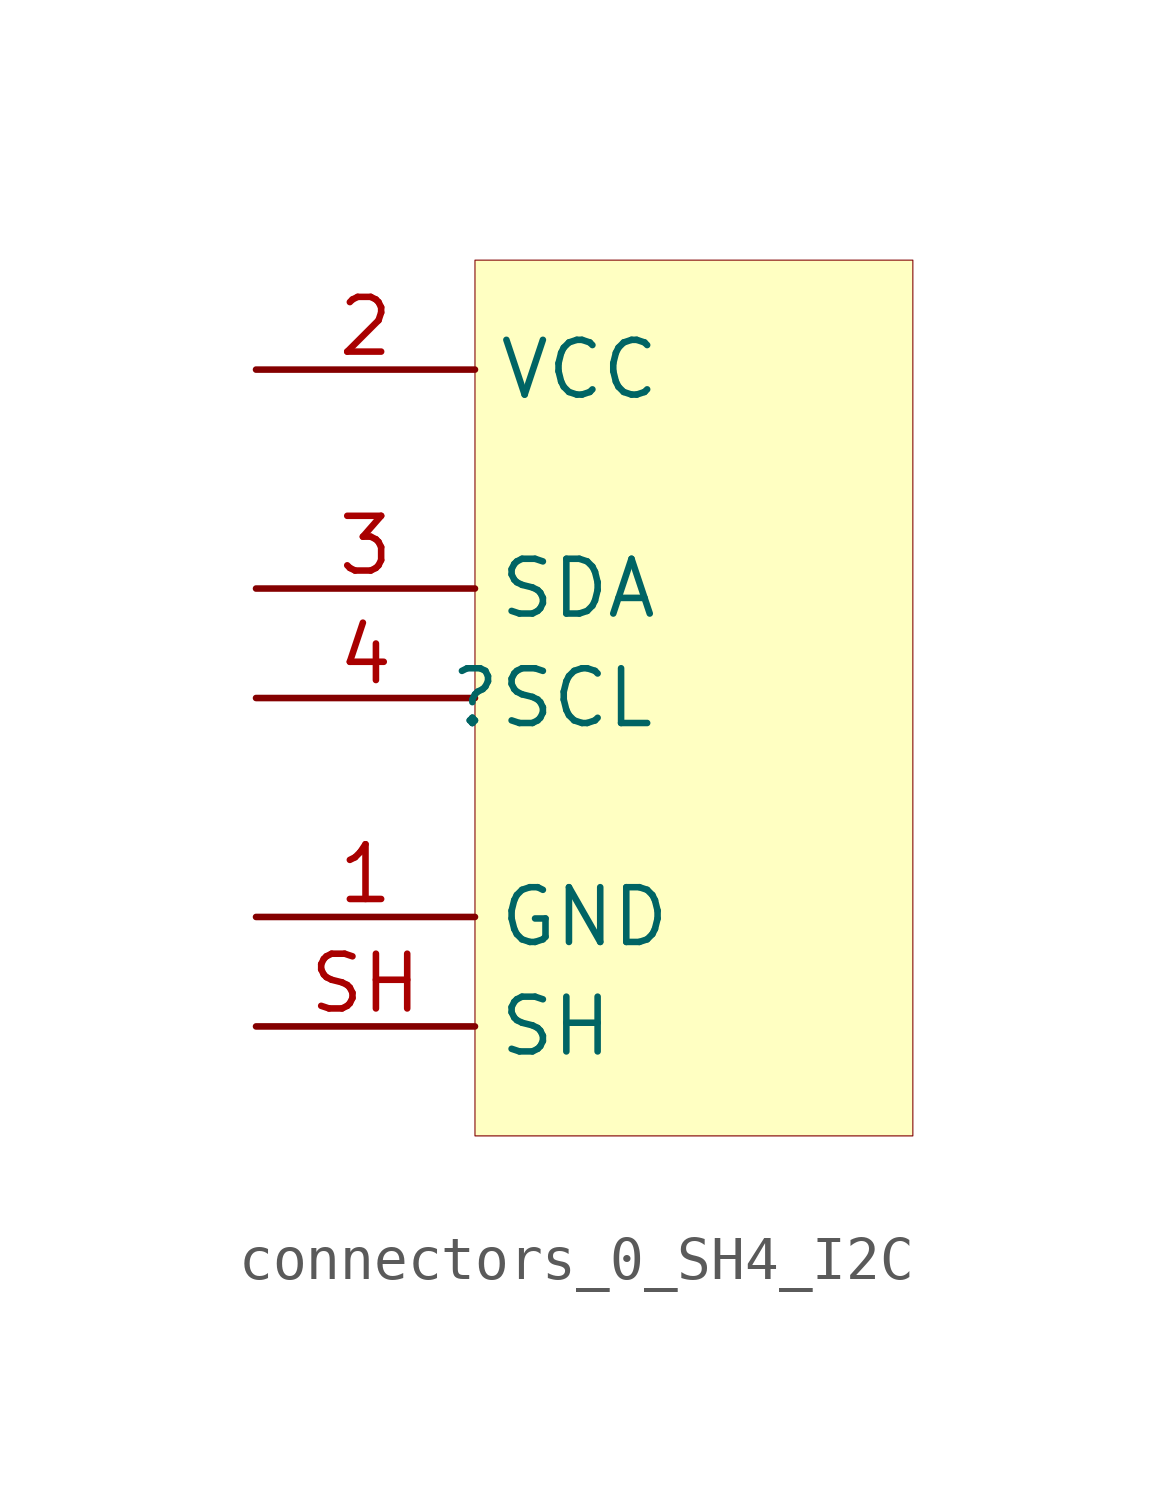
<source format=kicad_sym>
(kicad_symbol_lib
  (version 20231120)
  (generator "kicad_symbol_editor")
  (generator_version "7.99")
  (symbol "connectors_0_SH4_I2C"
    (property "Reference" ""
      (at 0 0 0)
      (effects (font (size 1.27 1.27))))
    (property "Value" ""
      (at 0 0 0)
      (effects (font (size 1.27 1.27))))
    (symbol "connectors_0_SH4_I2C_1_0"
      (rectangle (start 10.16 10.16) (end 0 -10.16) (stroke (width 0.025) (type solid) (color 128 0 0 1)) (fill (type background)))
      (pin passive line (at -5.08 -5.08 0) (length 5.08) (name "GND" (effects (font (size 1.27 1.27)))) (number "1" (effects (font (size 1.27 1.27)))))
      (pin passive line (at -5.08 7.62 0) (length 5.08) (name "VCC" (effects (font (size 1.27 1.27)))) (number "2" (effects (font (size 1.27 1.27)))))
      (pin passive line (at -5.08 2.54 0) (length 5.08) (name "SDA" (effects (font (size 1.27 1.27)))) (number "3" (effects (font (size 1.27 1.27)))))
      (pin passive line (at -5.08 0 0) (length 5.08) (name "SCL" (effects (font (size 1.27 1.27)))) (number "4" (effects (font (size 1.27 1.27)))))
      (pin passive line (at -5.08 -7.62 0) (length 5.08) (name "SH" (effects (font (size 1.27 1.27)))) (number "SH" (effects (font (size 1.27 1.27))))))))
</source>
